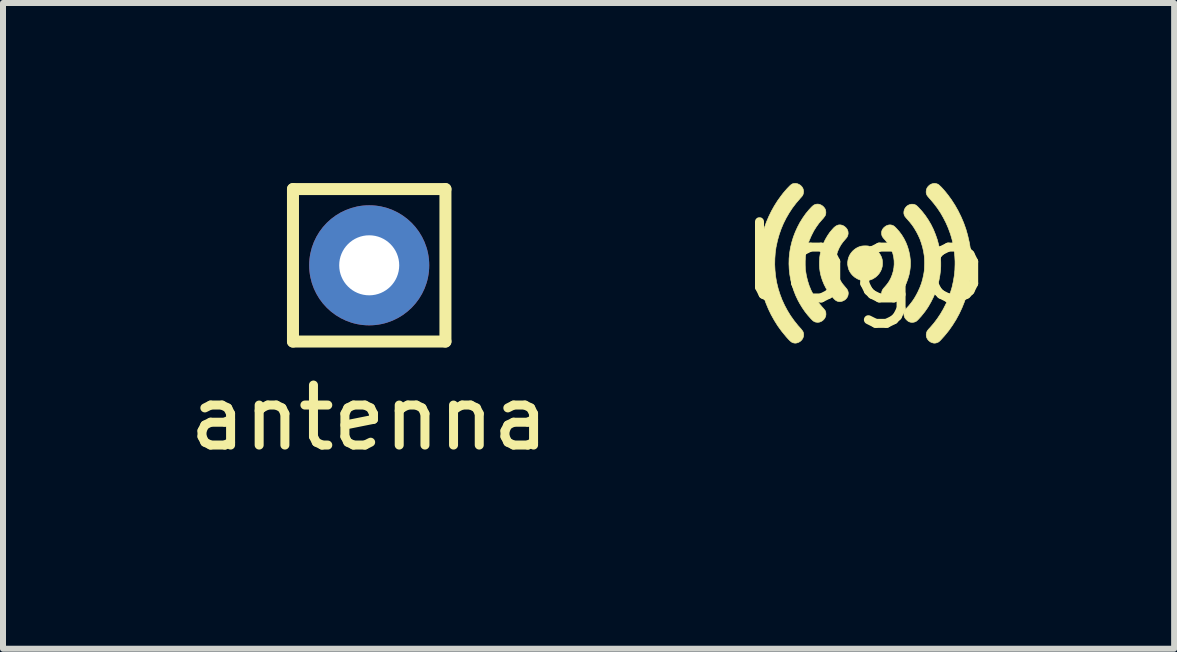
<source format=kicad_pcb>
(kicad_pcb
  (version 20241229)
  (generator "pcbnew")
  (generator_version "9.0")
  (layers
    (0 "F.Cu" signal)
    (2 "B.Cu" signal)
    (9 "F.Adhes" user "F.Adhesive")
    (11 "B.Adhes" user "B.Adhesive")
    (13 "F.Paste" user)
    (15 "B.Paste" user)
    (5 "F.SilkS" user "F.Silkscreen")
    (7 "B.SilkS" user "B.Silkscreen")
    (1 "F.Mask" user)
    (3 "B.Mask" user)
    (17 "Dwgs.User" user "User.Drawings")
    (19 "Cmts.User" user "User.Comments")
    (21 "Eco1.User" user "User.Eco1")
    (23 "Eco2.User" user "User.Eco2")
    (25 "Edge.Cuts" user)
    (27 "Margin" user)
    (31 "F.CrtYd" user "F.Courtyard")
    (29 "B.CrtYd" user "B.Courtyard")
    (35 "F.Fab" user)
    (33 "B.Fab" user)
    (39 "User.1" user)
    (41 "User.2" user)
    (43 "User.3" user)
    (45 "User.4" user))
  (footprint "logo"
    (layer "F.Cu")
    (at 11.357 1.334)
    (property "Reference" "logo" (at 0 0 0) (layer "F.SilkS") (effects (font (size 1.27 1.27) (thickness 0.15))))
    (attr through_hole)
    (fp_poly (pts (xy 0.045 -0.287) (xy 0.061 -0.285) (xy 0.101 -0.273) (xy 0.138 -0.256) (xy 0.173 -0.235) (xy 0.204 -0.208) (xy 0.232 -0.178) (xy 0.256 -0.144) (xy 0.275 -0.108) (xy 0.288 -0.07) (xy 0.291 -0.057) (xy 0.293 -0.04) (xy 0.295 -0.019) (xy 0.295 0.005) (xy 0.294 0.028) (xy 0.292 0.048) (xy 0.29 0.06) (xy 0.279 0.1) (xy 0.262 0.137) (xy 0.24 0.172) (xy 0.213 0.204) (xy 0.182 0.232) (xy 0.147 0.255) (xy 0.135 0.262) (xy 0.111 0.273) (xy 0.089 0.28) (xy 0.066 0.286) (xy 0.04 0.289) (xy 0.013 0.291) (xy -0.011 0.291) (xy -0.03 0.29) (xy -0.045 0.289) (xy -0.05 0.287) (xy -0.075 0.281) (xy -0.095 0.274) (xy -0.114 0.266) (xy -0.127 0.259) (xy -0.165 0.236) (xy -0.198 0.208) (xy -0.226 0.177) (xy -0.249 0.142) (xy -0.267 0.105) (xy -0.278 0.065) (xy -0.285 0.023) (xy -0.285 -0.017) (xy -0.279 -0.057) (xy -0.268 -0.096) (xy -0.252 -0.133) (xy -0.23 -0.167) (xy -0.204 -0.199) (xy -0.174 -0.226) (xy -0.14 -0.25) (xy -0.104 -0.268) (xy -0.071 -0.28) (xy -0.052 -0.284) (xy -0.029 -0.287) (xy -0.004 -0.288) (xy 0.022 -0.288) (xy 0.045 -0.287)) (stroke (width 0.01) (type solid)) (fill yes) (layer "F.SilkS"))
    (fp_poly (pts (xy 0.448 -0.634) (xy 0.472 -0.626) (xy 0.481 -0.62) (xy 0.491 -0.613) (xy 0.502 -0.604) (xy 0.515 -0.591) (xy 0.528 -0.578) (xy 0.575 -0.525) (xy 0.617 -0.468) (xy 0.654 -0.407) (xy 0.686 -0.343) (xy 0.712 -0.277) (xy 0.733 -0.207) (xy 0.749 -0.136) (xy 0.758 -0.063) (xy 0.761 -0.032) (xy 0.761 0.006) (xy 0.76 0.047) (xy 0.756 0.09) (xy 0.75 0.134) (xy 0.742 0.175) (xy 0.738 0.195) (xy 0.716 0.268) (xy 0.69 0.338) (xy 0.658 0.404) (xy 0.621 0.466) (xy 0.578 0.526) (xy 0.53 0.581) (xy 0.523 0.589) (xy 0.5 0.611) (xy 0.478 0.626) (xy 0.456 0.636) (xy 0.433 0.641) (xy 0.408 0.64) (xy 0.391 0.638) (xy 0.368 0.63) (xy 0.345 0.617) (xy 0.323 0.599) (xy 0.304 0.577) (xy 0.29 0.552) (xy 0.282 0.526) (xy 0.28 0.499) (xy 0.282 0.483) (xy 0.286 0.468) (xy 0.29 0.455) (xy 0.297 0.443) (xy 0.306 0.429) (xy 0.319 0.413) (xy 0.33 0.401) (xy 0.354 0.373) (xy 0.375 0.347) (xy 0.392 0.323) (xy 0.408 0.299) (xy 0.422 0.273) (xy 0.435 0.248) (xy 0.457 0.193) (xy 0.474 0.136) (xy 0.485 0.078) (xy 0.49 0.019) (xy 0.489 -0.039) (xy 0.482 -0.097) (xy 0.469 -0.155) (xy 0.462 -0.177) (xy 0.44 -0.232) (xy 0.414 -0.283) (xy 0.382 -0.332) (xy 0.344 -0.38) (xy 0.329 -0.397) (xy 0.311 -0.417) (xy 0.297 -0.436) (xy 0.288 -0.453) (xy 0.283 -0.471) (xy 0.28 -0.49) (xy 0.28 -0.491) (xy 0.28 -0.518) (xy 0.286 -0.542) (xy 0.296 -0.564) (xy 0.312 -0.585) (xy 0.321 -0.594) (xy 0.344 -0.613) (xy 0.369 -0.627) (xy 0.395 -0.635) (xy 0.421 -0.638) (xy 0.448 -0.634)) (stroke (width 0.01) (type solid)) (fill yes) (layer "F.SilkS"))
    (fp_poly (pts (xy -0.392 -0.635) (xy -0.367 -0.628) (xy -0.345 -0.616) (xy -0.323 -0.599) (xy -0.317 -0.594) (xy -0.299 -0.572) (xy -0.286 -0.55) (xy -0.279 -0.526) (xy -0.277 -0.499) (xy -0.277 -0.49) (xy -0.281 -0.468) (xy -0.288 -0.448) (xy -0.299 -0.428) (xy -0.316 -0.408) (xy -0.321 -0.402) (xy -0.362 -0.354) (xy -0.398 -0.304) (xy -0.427 -0.252) (xy -0.451 -0.197) (xy -0.469 -0.14) (xy -0.478 -0.098) (xy -0.481 -0.08) (xy -0.483 -0.056) (xy -0.484 -0.03) (xy -0.485 -0.003) (xy -0.485 0.023) (xy -0.484 0.047) (xy -0.483 0.067) (xy -0.483 0.069) (xy -0.472 0.127) (xy -0.456 0.184) (xy -0.434 0.238) (xy -0.406 0.291) (xy -0.373 0.342) (xy -0.332 0.391) (xy -0.317 0.409) (xy -0.297 0.433) (xy -0.283 0.458) (xy -0.276 0.484) (xy -0.275 0.51) (xy -0.28 0.538) (xy -0.283 0.548) (xy -0.294 0.571) (xy -0.31 0.592) (xy -0.329 0.61) (xy -0.352 0.624) (xy -0.376 0.634) (xy -0.402 0.64) (xy -0.427 0.641) (xy -0.451 0.636) (xy -0.453 0.635) (xy -0.466 0.63) (xy -0.478 0.624) (xy -0.49 0.615) (xy -0.504 0.603) (xy -0.52 0.586) (xy -0.524 0.582) (xy -0.569 0.531) (xy -0.61 0.475) (xy -0.647 0.415) (xy -0.679 0.352) (xy -0.706 0.286) (xy -0.724 0.231) (xy -0.737 0.182) (xy -0.746 0.133) (xy -0.752 0.084) (xy -0.755 0.034) (xy -0.755 -0.021) (xy -0.755 -0.023) (xy -0.753 -0.06) (xy -0.751 -0.093) (xy -0.747 -0.123) (xy -0.742 -0.154) (xy -0.735 -0.187) (xy -0.732 -0.2) (xy -0.712 -0.267) (xy -0.687 -0.333) (xy -0.656 -0.396) (xy -0.621 -0.456) (xy -0.582 -0.513) (xy -0.538 -0.565) (xy -0.51 -0.595) (xy -0.486 -0.614) (xy -0.462 -0.628) (xy -0.438 -0.636) (xy -0.412 -0.638) (xy -0.392 -0.635)) (stroke (width 0.01) (type solid)) (fill yes) (layer "F.SilkS"))
    (fp_poly (pts (xy -0.753 -0.979) (xy -0.727 -0.968) (xy -0.702 -0.952) (xy -0.698 -0.949) (xy -0.677 -0.927) (xy -0.661 -0.904) (xy -0.652 -0.878) (xy -0.648 -0.85) (xy -0.65 -0.822) (xy -0.653 -0.81) (xy -0.656 -0.799) (xy -0.662 -0.788) (xy -0.669 -0.777) (xy -0.68 -0.763) (xy -0.693 -0.746) (xy -0.711 -0.726) (xy -0.714 -0.723) (xy -0.763 -0.666) (xy -0.807 -0.605) (xy -0.848 -0.54) (xy -0.884 -0.47) (xy -0.899 -0.438) (xy -0.93 -0.364) (xy -0.954 -0.288) (xy -0.973 -0.21) (xy -0.986 -0.129) (xy -0.986 -0.123) (xy -0.989 -0.099) (xy -0.99 -0.07) (xy -0.992 -0.038) (xy -0.992 -0.004) (xy -0.992 0.03) (xy -0.991 0.062) (xy -0.99 0.092) (xy -0.988 0.117) (xy -0.986 0.127) (xy -0.972 0.212) (xy -0.952 0.294) (xy -0.927 0.373) (xy -0.896 0.449) (xy -0.859 0.522) (xy -0.816 0.593) (xy -0.768 0.661) (xy -0.713 0.727) (xy -0.702 0.739) (xy -0.686 0.757) (xy -0.674 0.772) (xy -0.665 0.783) (xy -0.658 0.794) (xy -0.654 0.804) (xy -0.651 0.815) (xy -0.648 0.828) (xy -0.648 0.832) (xy -0.647 0.859) (xy -0.652 0.885) (xy -0.663 0.911) (xy -0.679 0.934) (xy -0.7 0.955) (xy -0.713 0.964) (xy -0.736 0.976) (xy -0.761 0.984) (xy -0.788 0.986) (xy -0.813 0.983) (xy -0.829 0.979) (xy -0.843 0.972) (xy -0.857 0.964) (xy -0.871 0.952) (xy -0.887 0.936) (xy -0.895 0.928) (xy -0.949 0.867) (xy -0.997 0.806) (xy -1.041 0.742) (xy -1.082 0.675) (xy -1.11 0.624) (xy -1.15 0.541) (xy -1.183 0.456) (xy -1.211 0.369) (xy -1.233 0.281) (xy -1.249 0.192) (xy -1.259 0.102) (xy -1.263 0.012) (xy -1.261 -0.079) (xy -1.252 -0.169) (xy -1.238 -0.258) (xy -1.236 -0.265) (xy -1.215 -0.352) (xy -1.189 -0.437) (xy -1.157 -0.52) (xy -1.12 -0.601) (xy -1.079 -0.679) (xy -1.032 -0.754) (xy -0.982 -0.825) (xy -0.927 -0.891) (xy -0.888 -0.933) (xy -0.87 -0.95) (xy -0.855 -0.963) (xy -0.839 -0.972) (xy -0.823 -0.978) (xy -0.807 -0.982) (xy -0.78 -0.984) (xy -0.753 -0.979)) (stroke (width 0.01) (type solid)) (fill yes) (layer "F.SilkS"))
    (fp_poly (pts (xy 0.807 -0.981) (xy 0.825 -0.978) (xy 0.84 -0.972) (xy 0.854 -0.965) (xy 0.869 -0.953) (xy 0.885 -0.938) (xy 0.894 -0.929) (xy 0.954 -0.863) (xy 1.009 -0.793) (xy 1.059 -0.719) (xy 1.104 -0.642) (xy 1.144 -0.561) (xy 1.178 -0.477) (xy 1.208 -0.391) (xy 1.232 -0.302) (xy 1.25 -0.211) (xy 1.259 -0.149) (xy 1.261 -0.129) (xy 1.263 -0.103) (xy 1.264 -0.075) (xy 1.265 -0.043) (xy 1.266 -0.011) (xy 1.266 0.02) (xy 1.266 0.05) (xy 1.265 0.076) (xy 1.264 0.099) (xy 1.264 0.105) (xy 1.252 0.2) (xy 1.235 0.293) (xy 1.211 0.384) (xy 1.182 0.472) (xy 1.147 0.558) (xy 1.106 0.641) (xy 1.06 0.722) (xy 1.037 0.757) (xy 1.02 0.781) (xy 1.002 0.807) (xy 0.982 0.832) (xy 0.962 0.857) (xy 0.942 0.882) (xy 0.922 0.904) (xy 0.903 0.925) (xy 0.886 0.943) (xy 0.871 0.957) (xy 0.858 0.968) (xy 0.849 0.973) (xy 0.822 0.983) (xy 0.795 0.987) (xy 0.768 0.985) (xy 0.748 0.98) (xy 0.729 0.972) (xy 0.711 0.959) (xy 0.695 0.944) (xy 0.675 0.922) (xy 0.661 0.897) (xy 0.654 0.871) (xy 0.652 0.843) (xy 0.656 0.815) (xy 0.661 0.802) (xy 0.665 0.793) (xy 0.671 0.783) (xy 0.68 0.771) (xy 0.692 0.757) (xy 0.702 0.745) (xy 0.739 0.704) (xy 0.771 0.664) (xy 0.8 0.625) (xy 0.826 0.586) (xy 0.85 0.545) (xy 0.874 0.501) (xy 0.889 0.471) (xy 0.92 0.402) (xy 0.946 0.332) (xy 0.966 0.26) (xy 0.982 0.186) (xy 0.99 0.137) (xy 0.992 0.118) (xy 0.993 0.095) (xy 0.994 0.068) (xy 0.995 0.038) (xy 0.996 0.008) (xy 0.996 -0.023) (xy 0.995 -0.052) (xy 0.994 -0.078) (xy 0.993 -0.101) (xy 0.991 -0.119) (xy 0.991 -0.121) (xy 0.979 -0.196) (xy 0.963 -0.267) (xy 0.943 -0.334) (xy 0.92 -0.4) (xy 0.891 -0.464) (xy 0.858 -0.528) (xy 0.857 -0.529) (xy 0.823 -0.586) (xy 0.786 -0.64) (xy 0.744 -0.692) (xy 0.71 -0.731) (xy 0.697 -0.745) (xy 0.686 -0.758) (xy 0.677 -0.77) (xy 0.67 -0.778) (xy 0.668 -0.781) (xy 0.657 -0.805) (xy 0.651 -0.831) (xy 0.652 -0.858) (xy 0.658 -0.885) (xy 0.665 -0.903) (xy 0.68 -0.927) (xy 0.699 -0.948) (xy 0.722 -0.964) (xy 0.747 -0.975) (xy 0.773 -0.982) (xy 0.8 -0.982) (xy 0.807 -0.981)) (stroke (width 0.01) (type solid)) (fill yes) (layer "F.SilkS"))
    (fp_poly (pts (xy 1.19 -1.325) (xy 1.216 -1.316) (xy 1.217 -1.316) (xy 1.228 -1.309) (xy 1.241 -1.298) (xy 1.257 -1.283) (xy 1.276 -1.265) (xy 1.295 -1.244) (xy 1.315 -1.222) (xy 1.332 -1.202) (xy 1.34 -1.193) (xy 1.346 -1.185) (xy 1.349 -1.181) (xy 1.35 -1.181) (xy 1.353 -1.177) (xy 1.359 -1.169) (xy 1.368 -1.158) (xy 1.379 -1.144) (xy 1.391 -1.129) (xy 1.403 -1.112) (xy 1.415 -1.096) (xy 1.426 -1.081) (xy 1.435 -1.068) (xy 1.442 -1.059) (xy 1.502 -0.966) (xy 1.556 -0.871) (xy 1.604 -0.773) (xy 1.647 -0.673) (xy 1.684 -0.57) (xy 1.714 -0.465) (xy 1.739 -0.357) (xy 1.745 -0.329) (xy 1.759 -0.24) (xy 1.768 -0.148) (xy 1.773 -0.055) (xy 1.774 0.039) (xy 1.77 0.132) (xy 1.762 0.221) (xy 1.745 0.329) (xy 1.723 0.436) (xy 1.694 0.541) (xy 1.66 0.644) (xy 1.62 0.744) (xy 1.574 0.842) (xy 1.522 0.938) (xy 1.464 1.031) (xy 1.406 1.114) (xy 1.382 1.145) (xy 1.355 1.178) (xy 1.327 1.212) (xy 1.299 1.243) (xy 1.272 1.273) (xy 1.249 1.297) (xy 1.228 1.314) (xy 1.203 1.325) (xy 1.186 1.33) (xy 1.173 1.332) (xy 1.164 1.333) (xy 1.154 1.332) (xy 1.141 1.331) (xy 1.139 1.33) (xy 1.116 1.323) (xy 1.092 1.312) (xy 1.071 1.295) (xy 1.065 1.29) (xy 1.045 1.266) (xy 1.032 1.241) (xy 1.025 1.215) (xy 1.024 1.187) (xy 1.029 1.158) (xy 1.031 1.152) (xy 1.035 1.142) (xy 1.041 1.131) (xy 1.049 1.119) (xy 1.06 1.105) (xy 1.076 1.087) (xy 1.085 1.078) (xy 1.149 1.004) (xy 1.208 0.926) (xy 1.262 0.845) (xy 1.311 0.761) (xy 1.355 0.674) (xy 1.393 0.585) (xy 1.426 0.494) (xy 1.454 0.401) (xy 1.475 0.306) (xy 1.491 0.211) (xy 1.501 0.114) (xy 1.504 0.018) (xy 1.504 -0.029) (xy 1.5 -0.108) (xy 1.493 -0.184) (xy 1.484 -0.256) (xy 1.47 -0.327) (xy 1.453 -0.398) (xy 1.432 -0.47) (xy 1.425 -0.492) (xy 1.392 -0.582) (xy 1.354 -0.67) (xy 1.31 -0.756) (xy 1.262 -0.84) (xy 1.208 -0.92) (xy 1.15 -0.996) (xy 1.089 -1.068) (xy 1.084 -1.073) (xy 1.065 -1.095) (xy 1.05 -1.113) (xy 1.038 -1.129) (xy 1.031 -1.144) (xy 1.026 -1.159) (xy 1.023 -1.174) (xy 1.023 -1.19) (xy 1.023 -1.197) (xy 1.027 -1.224) (xy 1.036 -1.249) (xy 1.051 -1.272) (xy 1.064 -1.286) (xy 1.086 -1.305) (xy 1.111 -1.318) (xy 1.137 -1.326) (xy 1.164 -1.329) (xy 1.19 -1.325)) (stroke (width 0.01) (type solid)) (fill yes) (layer "F.SilkS"))
    (fp_poly (pts (xy -1.124 -1.324) (xy -1.098 -1.313) (xy -1.073 -1.298) (xy -1.063 -1.289) (xy -1.044 -1.268) (xy -1.03 -1.244) (xy -1.022 -1.218) (xy -1.019 -1.191) (xy -1.023 -1.163) (xy -1.026 -1.152) (xy -1.029 -1.142) (xy -1.033 -1.134) (xy -1.037 -1.126) (xy -1.043 -1.117) (xy -1.052 -1.107) (xy -1.063 -1.094) (xy -1.078 -1.078) (xy -1.079 -1.076) (xy -1.145 -0.999) (xy -1.206 -0.919) (xy -1.261 -0.835) (xy -1.311 -0.749) (xy -1.356 -0.659) (xy -1.394 -0.568) (xy -1.427 -0.473) (xy -1.454 -0.377) (xy -1.475 -0.279) (xy -1.478 -0.267) (xy -1.491 -0.171) (xy -1.498 -0.074) (xy -1.5 0.024) (xy -1.495 0.122) (xy -1.485 0.22) (xy -1.469 0.316) (xy -1.467 0.325) (xy -1.443 0.423) (xy -1.413 0.518) (xy -1.378 0.611) (xy -1.336 0.702) (xy -1.289 0.79) (xy -1.237 0.875) (xy -1.178 0.958) (xy -1.115 1.037) (xy -1.081 1.075) (xy -1.063 1.095) (xy -1.05 1.112) (xy -1.039 1.126) (xy -1.031 1.138) (xy -1.026 1.15) (xy -1.022 1.162) (xy -1.02 1.169) (xy -1.018 1.196) (xy -1.021 1.222) (xy -1.03 1.247) (xy -1.043 1.27) (xy -1.061 1.291) (xy -1.082 1.308) (xy -1.106 1.321) (xy -1.133 1.33) (xy -1.135 1.33) (xy -1.148 1.332) (xy -1.158 1.333) (xy -1.168 1.332) (xy -1.181 1.33) (xy -1.184 1.329) (xy -1.196 1.326) (xy -1.207 1.322) (xy -1.219 1.315) (xy -1.23 1.307) (xy -1.243 1.296) (xy -1.258 1.282) (xy -1.274 1.265) (xy -1.294 1.243) (xy -1.316 1.218) (xy -1.319 1.214) (xy -1.387 1.131) (xy -1.45 1.044) (xy -1.507 0.953) (xy -1.559 0.86) (xy -1.606 0.763) (xy -1.647 0.664) (xy -1.683 0.563) (xy -1.713 0.46) (xy -1.736 0.355) (xy -1.754 0.249) (xy -1.754 0.248) (xy -1.765 0.14) (xy -1.77 0.032) (xy -1.769 -0.076) (xy -1.761 -0.183) (xy -1.748 -0.29) (xy -1.727 -0.396) (xy -1.701 -0.501) (xy -1.674 -0.587) (xy -1.639 -0.683) (xy -1.599 -0.777) (xy -1.554 -0.869) (xy -1.504 -0.958) (xy -1.45 -1.043) (xy -1.392 -1.123) (xy -1.372 -1.149) (xy -1.363 -1.161) (xy -1.355 -1.171) (xy -1.349 -1.178) (xy -1.346 -1.181) (xy -1.346 -1.181) (xy -1.343 -1.184) (xy -1.338 -1.191) (xy -1.33 -1.2) (xy -1.329 -1.202) (xy -1.321 -1.21) (xy -1.311 -1.222) (xy -1.298 -1.237) (xy -1.284 -1.252) (xy -1.272 -1.264) (xy -1.254 -1.283) (xy -1.239 -1.297) (xy -1.226 -1.308) (xy -1.214 -1.316) (xy -1.202 -1.322) (xy -1.189 -1.325) (xy -1.178 -1.327) (xy -1.151 -1.329) (xy -1.124 -1.324)) (stroke (width 0.01) (type solid)) (fill yes) (layer "F.SilkS")))
  (footprint "antenna"
    (layer "F.Cu")
    (at 3.101 1.37)
    (property "Reference" "antenna" (at 0 2.54 0) (layer "F.SilkS") (effects (font (size 1 1) (thickness 0.15))))
    (attr through_hole)
    (fp_line (start -1.27 -1.27) (end 1.27 -1.27) (stroke (width 0.2) (type solid)) (layer "F.SilkS"))
    (fp_line (start -1.27 1.27) (end -1.27 -1.27) (stroke (width 0.2) (type solid)) (layer "F.SilkS"))
    (fp_line (start 1.27 -1.27) (end 1.27 1.27) (stroke (width 0.2) (type solid)) (layer "F.SilkS"))
    (fp_line (start 1.27 1.27) (end -1.27 1.27) (stroke (width 0.2) (type solid)) (layer "F.SilkS"))
    (pad "1" thru_hole circle (at 0 0) (size 2 2) (drill 1) (layers "*.Cu" "*.Mask")))
  (gr_rect
    (start -3 -3)
    (end 16.511 7.758)
    (stroke (width 0.1) (type default))
    (fill no)
    (layer "Edge.Cuts")))
</source>
